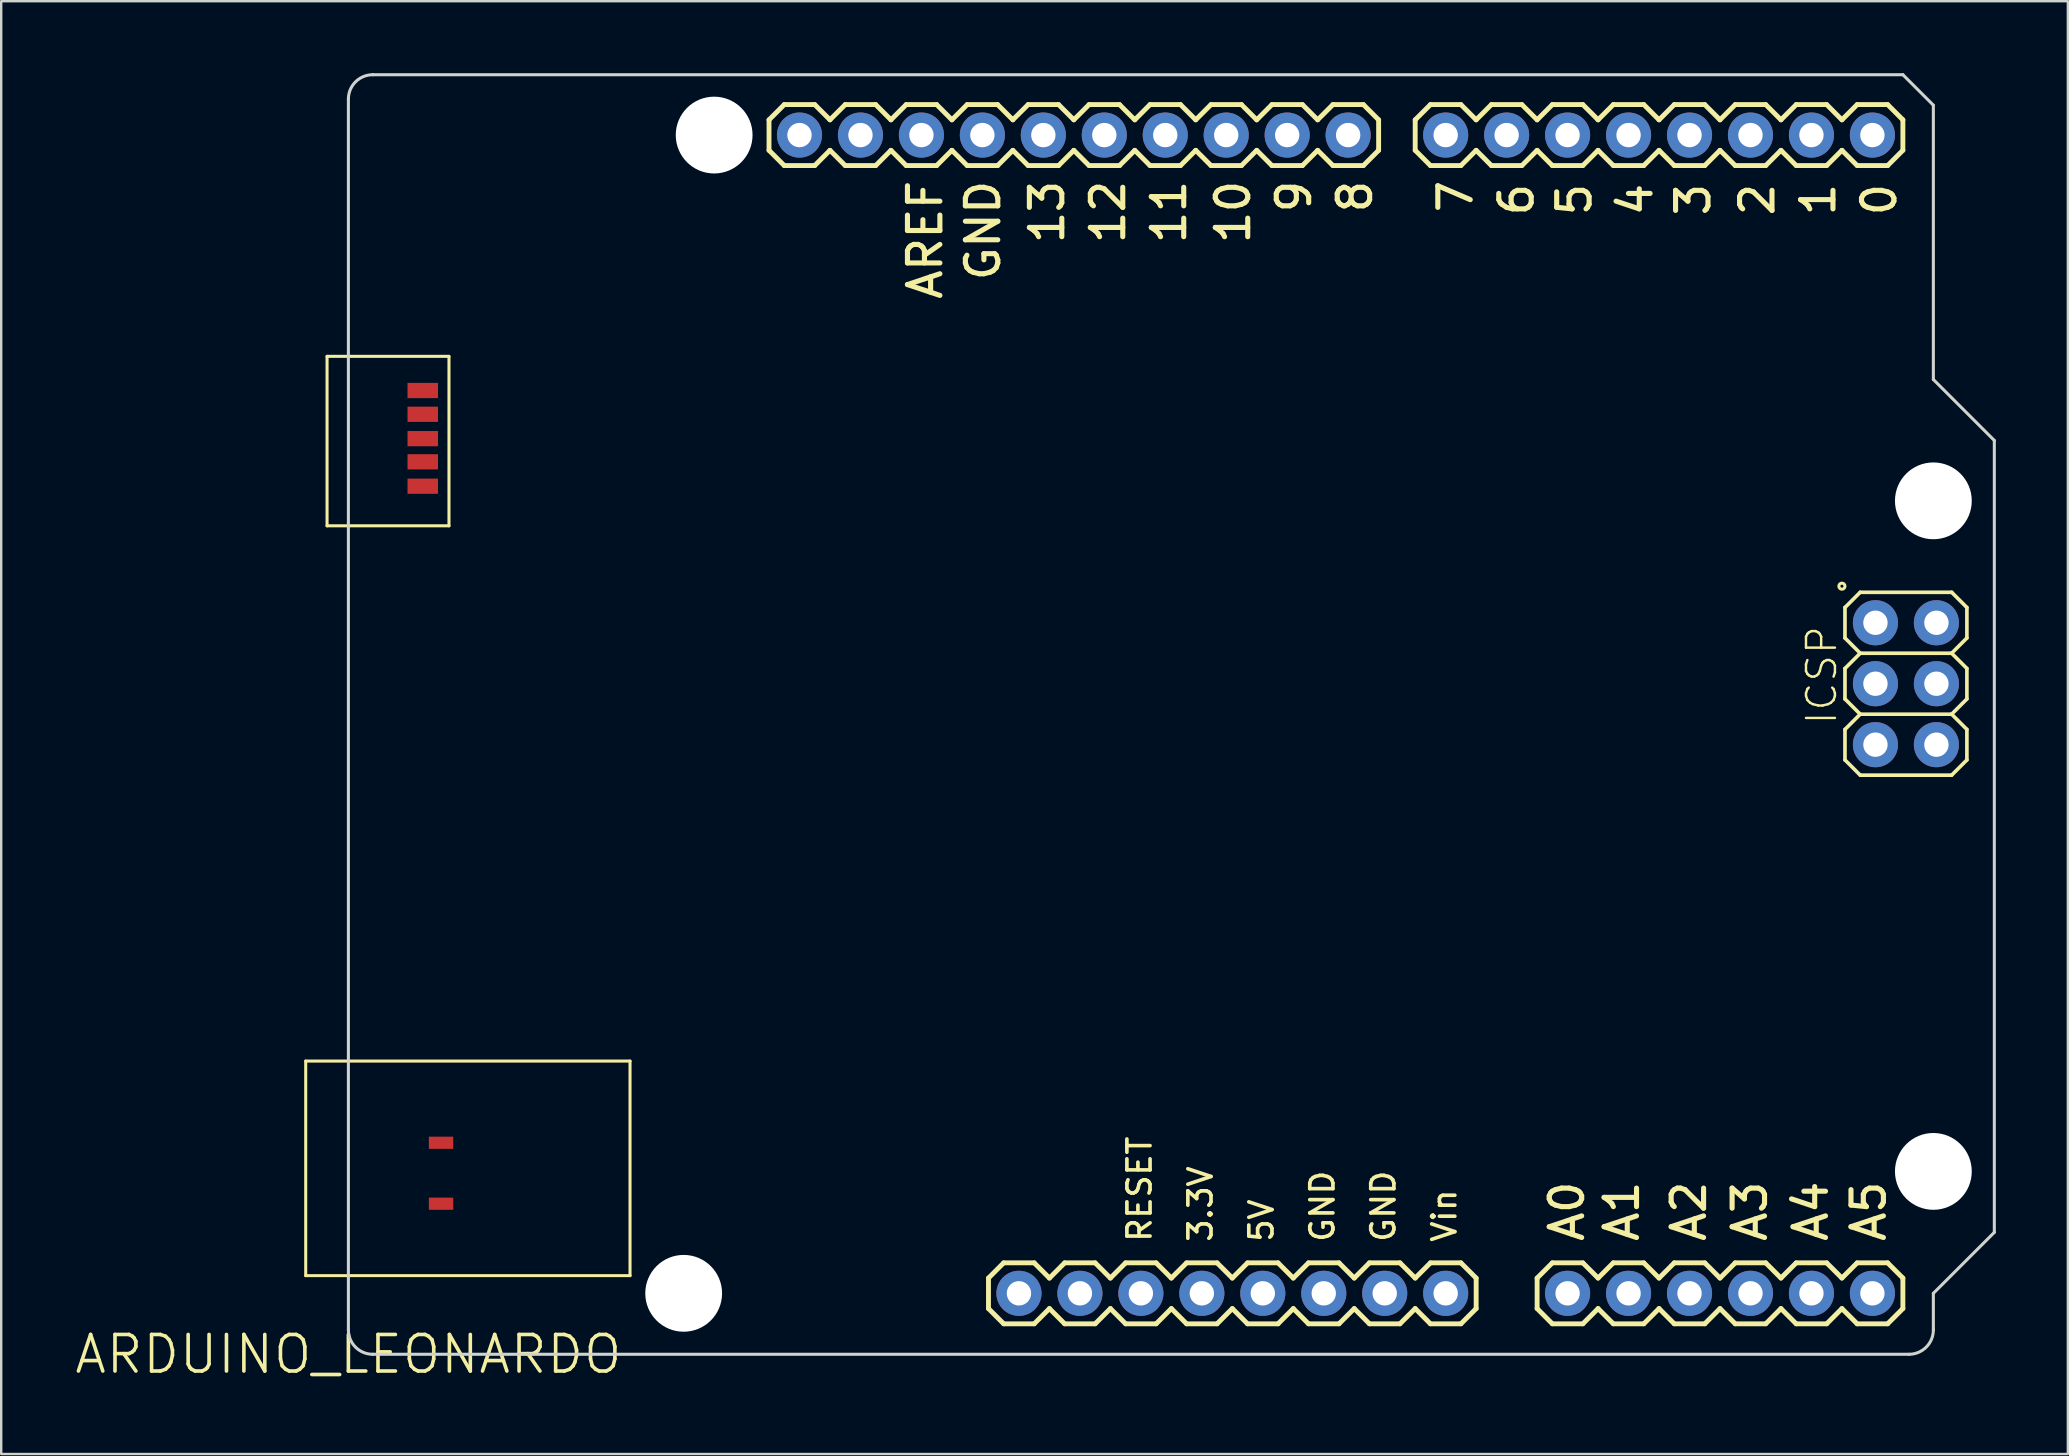
<source format=kicad_pcb>
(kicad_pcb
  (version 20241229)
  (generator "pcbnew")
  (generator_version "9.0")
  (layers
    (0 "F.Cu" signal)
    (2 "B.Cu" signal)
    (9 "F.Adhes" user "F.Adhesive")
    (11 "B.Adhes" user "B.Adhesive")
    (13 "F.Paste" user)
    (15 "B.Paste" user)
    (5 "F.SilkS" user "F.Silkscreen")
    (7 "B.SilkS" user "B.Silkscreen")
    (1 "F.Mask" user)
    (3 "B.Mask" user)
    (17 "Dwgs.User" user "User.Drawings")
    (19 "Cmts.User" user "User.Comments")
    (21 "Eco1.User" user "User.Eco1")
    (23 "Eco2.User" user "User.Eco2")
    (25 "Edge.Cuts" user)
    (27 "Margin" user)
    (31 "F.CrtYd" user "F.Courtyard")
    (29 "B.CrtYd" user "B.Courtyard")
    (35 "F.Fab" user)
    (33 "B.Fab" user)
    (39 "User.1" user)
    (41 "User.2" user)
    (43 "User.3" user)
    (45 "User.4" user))
  (footprint "ARDUINO_LEONARDO"
    (layer "F.Cu")
    (at 11.466 53.378)
    (property "Reference" "ARDUINO_LEONARDO" (at 0 0 0) (layer "F.SilkS") (effects (font (size 1.524 1.524) (thickness 0.15))))
    (attr through_hole)
    (fp_line (start -1.778 -12.217) (end -1.778 -3.277) (stroke (width 0.127) (type solid)) (layer "F.SilkS"))
    (fp_line (start -1.778 -3.277) (end 11.735 -3.277) (stroke (width 0.127) (type solid)) (layer "F.SilkS"))
    (fp_line (start -0.889 -41.58) (end -0.889 -34.519) (stroke (width 0.127) (type solid)) (layer "F.SilkS"))
    (fp_line (start -0.889 -34.519) (end 4.191 -34.519) (stroke (width 0.127) (type solid)) (layer "F.SilkS"))
    (fp_line (start 4.191 -41.58) (end -0.889 -41.58) (stroke (width 0.127) (type solid)) (layer "F.SilkS"))
    (fp_line (start 4.191 -34.519) (end 4.191 -41.58) (stroke (width 0.127) (type solid)) (layer "F.SilkS"))
    (fp_line (start 11.735 -12.217) (end -1.778 -12.217) (stroke (width 0.127) (type solid)) (layer "F.SilkS"))
    (fp_line (start 11.735 -3.277) (end 11.735 -12.217) (stroke (width 0.127) (type solid)) (layer "F.SilkS"))
    (fp_line (start 17.526 -51.435) (end 17.526 -50.165) (stroke (width 0.203) (type solid)) (layer "F.SilkS"))
    (fp_line (start 17.526 -50.165) (end 18.161 -49.53) (stroke (width 0.203) (type solid)) (layer "F.SilkS"))
    (fp_line (start 18.161 -52.07) (end 17.526 -51.435) (stroke (width 0.203) (type solid)) (layer "F.SilkS"))
    (fp_line (start 18.161 -52.07) (end 19.431 -52.07) (stroke (width 0.203) (type solid)) (layer "F.SilkS"))
    (fp_line (start 19.431 -52.07) (end 20.066 -51.435) (stroke (width 0.203) (type solid)) (layer "F.SilkS"))
    (fp_line (start 19.431 -49.53) (end 18.161 -49.53) (stroke (width 0.203) (type solid)) (layer "F.SilkS"))
    (fp_line (start 20.066 -50.165) (end 19.431 -49.53) (stroke (width 0.203) (type solid)) (layer "F.SilkS"))
    (fp_line (start 20.066 -50.165) (end 20.701 -49.53) (stroke (width 0.203) (type solid)) (layer "F.SilkS"))
    (fp_line (start 20.701 -52.07) (end 20.066 -51.435) (stroke (width 0.203) (type solid)) (layer "F.SilkS"))
    (fp_line (start 20.701 -52.07) (end 21.971 -52.07) (stroke (width 0.203) (type solid)) (layer "F.SilkS"))
    (fp_line (start 21.971 -52.07) (end 22.606 -51.435) (stroke (width 0.203) (type solid)) (layer "F.SilkS"))
    (fp_line (start 21.971 -49.53) (end 20.701 -49.53) (stroke (width 0.203) (type solid)) (layer "F.SilkS"))
    (fp_line (start 22.606 -50.165) (end 21.971 -49.53) (stroke (width 0.203) (type solid)) (layer "F.SilkS"))
    (fp_line (start 22.606 -50.165) (end 23.241 -49.53) (stroke (width 0.203) (type solid)) (layer "F.SilkS"))
    (fp_line (start 23.241 -52.07) (end 22.606 -51.435) (stroke (width 0.203) (type solid)) (layer "F.SilkS"))
    (fp_line (start 23.241 -52.07) (end 24.511 -52.07) (stroke (width 0.203) (type solid)) (layer "F.SilkS"))
    (fp_line (start 24.511 -52.07) (end 25.146 -51.435) (stroke (width 0.203) (type solid)) (layer "F.SilkS"))
    (fp_line (start 24.511 -49.53) (end 23.241 -49.53) (stroke (width 0.203) (type solid)) (layer "F.SilkS"))
    (fp_line (start 25.146 -51.435) (end 25.781 -52.07) (stroke (width 0.203) (type solid)) (layer "F.SilkS"))
    (fp_line (start 25.146 -50.165) (end 24.511 -49.53) (stroke (width 0.203) (type solid)) (layer "F.SilkS"))
    (fp_line (start 25.781 -52.07) (end 27.051 -52.07) (stroke (width 0.203) (type solid)) (layer "F.SilkS"))
    (fp_line (start 25.781 -49.53) (end 25.146 -50.165) (stroke (width 0.203) (type solid)) (layer "F.SilkS"))
    (fp_line (start 26.67 -3.175) (end 26.67 -1.905) (stroke (width 0.203) (type solid)) (layer "F.SilkS"))
    (fp_line (start 26.67 -1.905) (end 27.305 -1.27) (stroke (width 0.203) (type solid)) (layer "F.SilkS"))
    (fp_line (start 27.051 -52.07) (end 27.686 -51.435) (stroke (width 0.203) (type solid)) (layer "F.SilkS"))
    (fp_line (start 27.051 -49.53) (end 25.781 -49.53) (stroke (width 0.203) (type solid)) (layer "F.SilkS"))
    (fp_line (start 27.305 -3.81) (end 26.67 -3.175) (stroke (width 0.203) (type solid)) (layer "F.SilkS"))
    (fp_line (start 27.305 -3.81) (end 28.575 -3.81) (stroke (width 0.203) (type solid)) (layer "F.SilkS"))
    (fp_line (start 27.686 -51.435) (end 28.321 -52.07) (stroke (width 0.203) (type solid)) (layer "F.SilkS"))
    (fp_line (start 27.686 -50.165) (end 27.051 -49.53) (stroke (width 0.203) (type solid)) (layer "F.SilkS"))
    (fp_line (start 28.321 -52.07) (end 29.591 -52.07) (stroke (width 0.203) (type solid)) (layer "F.SilkS"))
    (fp_line (start 28.321 -49.53) (end 27.686 -50.165) (stroke (width 0.203) (type solid)) (layer "F.SilkS"))
    (fp_line (start 28.575 -3.81) (end 29.21 -3.175) (stroke (width 0.203) (type solid)) (layer "F.SilkS"))
    (fp_line (start 28.575 -1.27) (end 27.305 -1.27) (stroke (width 0.203) (type solid)) (layer "F.SilkS"))
    (fp_line (start 29.21 -1.905) (end 28.575 -1.27) (stroke (width 0.203) (type solid)) (layer "F.SilkS"))
    (fp_line (start 29.21 -1.905) (end 29.845 -1.27) (stroke (width 0.203) (type solid)) (layer "F.SilkS"))
    (fp_line (start 29.591 -52.07) (end 30.226 -51.435) (stroke (width 0.203) (type solid)) (layer "F.SilkS"))
    (fp_line (start 29.591 -49.53) (end 28.321 -49.53) (stroke (width 0.203) (type solid)) (layer "F.SilkS"))
    (fp_line (start 29.845 -3.81) (end 29.21 -3.175) (stroke (width 0.203) (type solid)) (layer "F.SilkS"))
    (fp_line (start 29.845 -3.81) (end 31.115 -3.81) (stroke (width 0.203) (type solid)) (layer "F.SilkS"))
    (fp_line (start 30.226 -50.165) (end 29.591 -49.53) (stroke (width 0.203) (type solid)) (layer "F.SilkS"))
    (fp_line (start 30.226 -50.165) (end 30.861 -49.53) (stroke (width 0.203) (type solid)) (layer "F.SilkS"))
    (fp_line (start 30.861 -52.07) (end 30.226 -51.435) (stroke (width 0.203) (type solid)) (layer "F.SilkS"))
    (fp_line (start 30.861 -52.07) (end 32.131 -52.07) (stroke (width 0.203) (type solid)) (layer "F.SilkS"))
    (fp_line (start 31.115 -3.81) (end 31.75 -3.175) (stroke (width 0.203) (type solid)) (layer "F.SilkS"))
    (fp_line (start 31.115 -1.27) (end 29.845 -1.27) (stroke (width 0.203) (type solid)) (layer "F.SilkS"))
    (fp_line (start 31.75 -1.905) (end 31.115 -1.27) (stroke (width 0.203) (type solid)) (layer "F.SilkS"))
    (fp_line (start 31.75 -1.905) (end 32.385 -1.27) (stroke (width 0.203) (type solid)) (layer "F.SilkS"))
    (fp_line (start 32.131 -52.07) (end 32.766 -51.435) (stroke (width 0.203) (type solid)) (layer "F.SilkS"))
    (fp_line (start 32.131 -49.53) (end 30.861 -49.53) (stroke (width 0.203) (type solid)) (layer "F.SilkS"))
    (fp_line (start 32.385 -3.81) (end 31.75 -3.175) (stroke (width 0.203) (type solid)) (layer "F.SilkS"))
    (fp_line (start 32.385 -3.81) (end 33.655 -3.81) (stroke (width 0.203) (type solid)) (layer "F.SilkS"))
    (fp_line (start 32.766 -51.435) (end 33.401 -52.07) (stroke (width 0.203) (type solid)) (layer "F.SilkS"))
    (fp_line (start 32.766 -50.165) (end 32.131 -49.53) (stroke (width 0.203) (type solid)) (layer "F.SilkS"))
    (fp_line (start 33.401 -52.07) (end 34.671 -52.07) (stroke (width 0.203) (type solid)) (layer "F.SilkS"))
    (fp_line (start 33.401 -49.53) (end 32.766 -50.165) (stroke (width 0.203) (type solid)) (layer "F.SilkS"))
    (fp_line (start 33.655 -3.81) (end 34.29 -3.175) (stroke (width 0.203) (type solid)) (layer "F.SilkS"))
    (fp_line (start 33.655 -1.27) (end 32.385 -1.27) (stroke (width 0.203) (type solid)) (layer "F.SilkS"))
    (fp_line (start 34.29 -3.175) (end 34.925 -3.81) (stroke (width 0.203) (type solid)) (layer "F.SilkS"))
    (fp_line (start 34.29 -1.905) (end 33.655 -1.27) (stroke (width 0.203) (type solid)) (layer "F.SilkS"))
    (fp_line (start 34.671 -52.07) (end 35.306 -51.435) (stroke (width 0.203) (type solid)) (layer "F.SilkS"))
    (fp_line (start 34.671 -49.53) (end 33.401 -49.53) (stroke (width 0.203) (type solid)) (layer "F.SilkS"))
    (fp_line (start 34.925 -3.81) (end 36.195 -3.81) (stroke (width 0.203) (type solid)) (layer "F.SilkS"))
    (fp_line (start 34.925 -1.27) (end 34.29 -1.905) (stroke (width 0.203) (type solid)) (layer "F.SilkS"))
    (fp_line (start 35.306 -51.435) (end 35.941 -52.07) (stroke (width 0.203) (type solid)) (layer "F.SilkS"))
    (fp_line (start 35.306 -50.165) (end 34.671 -49.53) (stroke (width 0.203) (type solid)) (layer "F.SilkS"))
    (fp_line (start 35.941 -52.07) (end 37.211 -52.07) (stroke (width 0.203) (type solid)) (layer "F.SilkS"))
    (fp_line (start 35.941 -49.53) (end 35.306 -50.165) (stroke (width 0.203) (type solid)) (layer "F.SilkS"))
    (fp_line (start 36.195 -3.81) (end 36.83 -3.175) (stroke (width 0.203) (type solid)) (layer "F.SilkS"))
    (fp_line (start 36.195 -1.27) (end 34.925 -1.27) (stroke (width 0.203) (type solid)) (layer "F.SilkS"))
    (fp_line (start 36.83 -3.175) (end 37.465 -3.81) (stroke (width 0.203) (type solid)) (layer "F.SilkS"))
    (fp_line (start 36.83 -1.905) (end 36.195 -1.27) (stroke (width 0.203) (type solid)) (layer "F.SilkS"))
    (fp_line (start 37.211 -52.07) (end 37.846 -51.435) (stroke (width 0.203) (type solid)) (layer "F.SilkS"))
    (fp_line (start 37.211 -49.53) (end 35.941 -49.53) (stroke (width 0.203) (type solid)) (layer "F.SilkS"))
    (fp_line (start 37.465 -3.81) (end 38.735 -3.81) (stroke (width 0.203) (type solid)) (layer "F.SilkS"))
    (fp_line (start 37.465 -1.27) (end 36.83 -1.905) (stroke (width 0.203) (type solid)) (layer "F.SilkS"))
    (fp_line (start 37.846 -50.165) (end 37.211 -49.53) (stroke (width 0.203) (type solid)) (layer "F.SilkS"))
    (fp_line (start 37.846 -50.165) (end 38.481 -49.53) (stroke (width 0.203) (type solid)) (layer "F.SilkS"))
    (fp_line (start 38.481 -52.07) (end 37.846 -51.435) (stroke (width 0.203) (type solid)) (layer "F.SilkS"))
    (fp_line (start 38.481 -52.07) (end 39.751 -52.07) (stroke (width 0.203) (type solid)) (layer "F.SilkS"))
    (fp_line (start 38.735 -3.81) (end 39.37 -3.175) (stroke (width 0.203) (type solid)) (layer "F.SilkS"))
    (fp_line (start 38.735 -1.27) (end 37.465 -1.27) (stroke (width 0.203) (type solid)) (layer "F.SilkS"))
    (fp_line (start 39.37 -1.905) (end 38.735 -1.27) (stroke (width 0.203) (type solid)) (layer "F.SilkS"))
    (fp_line (start 39.37 -1.905) (end 40.005 -1.27) (stroke (width 0.203) (type solid)) (layer "F.SilkS"))
    (fp_line (start 39.751 -52.07) (end 40.386 -51.435) (stroke (width 0.203) (type solid)) (layer "F.SilkS"))
    (fp_line (start 39.751 -49.53) (end 38.481 -49.53) (stroke (width 0.203) (type solid)) (layer "F.SilkS"))
    (fp_line (start 40.005 -3.81) (end 39.37 -3.175) (stroke (width 0.203) (type solid)) (layer "F.SilkS"))
    (fp_line (start 40.005 -3.81) (end 41.275 -3.81) (stroke (width 0.203) (type solid)) (layer "F.SilkS"))
    (fp_line (start 40.386 -50.165) (end 39.751 -49.53) (stroke (width 0.203) (type solid)) (layer "F.SilkS"))
    (fp_line (start 40.386 -50.165) (end 41.021 -49.53) (stroke (width 0.203) (type solid)) (layer "F.SilkS"))
    (fp_line (start 41.021 -52.07) (end 40.386 -51.435) (stroke (width 0.203) (type solid)) (layer "F.SilkS"))
    (fp_line (start 41.021 -52.07) (end 42.291 -52.07) (stroke (width 0.203) (type solid)) (layer "F.SilkS"))
    (fp_line (start 41.275 -3.81) (end 41.91 -3.175) (stroke (width 0.203) (type solid)) (layer "F.SilkS"))
    (fp_line (start 41.275 -1.27) (end 40.005 -1.27) (stroke (width 0.203) (type solid)) (layer "F.SilkS"))
    (fp_line (start 41.91 -3.175) (end 42.545 -3.81) (stroke (width 0.203) (type solid)) (layer "F.SilkS"))
    (fp_line (start 41.91 -1.905) (end 41.275 -1.27) (stroke (width 0.203) (type solid)) (layer "F.SilkS"))
    (fp_line (start 42.291 -52.07) (end 42.926 -51.435) (stroke (width 0.203) (type solid)) (layer "F.SilkS"))
    (fp_line (start 42.291 -49.53) (end 41.021 -49.53) (stroke (width 0.203) (type solid)) (layer "F.SilkS"))
    (fp_line (start 42.545 -3.81) (end 43.815 -3.81) (stroke (width 0.203) (type solid)) (layer "F.SilkS"))
    (fp_line (start 42.545 -1.27) (end 41.91 -1.905) (stroke (width 0.203) (type solid)) (layer "F.SilkS"))
    (fp_line (start 42.926 -51.435) (end 42.926 -50.165) (stroke (width 0.203) (type solid)) (layer "F.SilkS"))
    (fp_line (start 42.926 -50.165) (end 42.291 -49.53) (stroke (width 0.203) (type solid)) (layer "F.SilkS"))
    (fp_line (start 43.815 -3.81) (end 44.45 -3.175) (stroke (width 0.203) (type solid)) (layer "F.SilkS"))
    (fp_line (start 43.815 -1.27) (end 42.545 -1.27) (stroke (width 0.203) (type solid)) (layer "F.SilkS"))
    (fp_line (start 44.45 -51.435) (end 44.45 -50.165) (stroke (width 0.203) (type solid)) (layer "F.SilkS"))
    (fp_line (start 44.45 -50.165) (end 45.085 -49.53) (stroke (width 0.203) (type solid)) (layer "F.SilkS"))
    (fp_line (start 44.45 -3.175) (end 45.085 -3.81) (stroke (width 0.203) (type solid)) (layer "F.SilkS"))
    (fp_line (start 44.45 -1.905) (end 43.815 -1.27) (stroke (width 0.203) (type solid)) (layer "F.SilkS"))
    (fp_line (start 45.085 -52.07) (end 44.45 -51.435) (stroke (width 0.203) (type solid)) (layer "F.SilkS"))
    (fp_line (start 45.085 -52.07) (end 46.355 -52.07) (stroke (width 0.203) (type solid)) (layer "F.SilkS"))
    (fp_line (start 45.085 -3.81) (end 46.355 -3.81) (stroke (width 0.203) (type solid)) (layer "F.SilkS"))
    (fp_line (start 45.085 -1.27) (end 44.45 -1.905) (stroke (width 0.203) (type solid)) (layer "F.SilkS"))
    (fp_line (start 46.355 -52.07) (end 46.99 -51.435) (stroke (width 0.203) (type solid)) (layer "F.SilkS"))
    (fp_line (start 46.355 -49.53) (end 45.085 -49.53) (stroke (width 0.203) (type solid)) (layer "F.SilkS"))
    (fp_line (start 46.355 -3.81) (end 46.99 -3.175) (stroke (width 0.203) (type solid)) (layer "F.SilkS"))
    (fp_line (start 46.355 -1.27) (end 45.085 -1.27) (stroke (width 0.203) (type solid)) (layer "F.SilkS"))
    (fp_line (start 46.99 -51.435) (end 47.625 -52.07) (stroke (width 0.203) (type solid)) (layer "F.SilkS"))
    (fp_line (start 46.99 -50.165) (end 46.355 -49.53) (stroke (width 0.203) (type solid)) (layer "F.SilkS"))
    (fp_line (start 46.99 -3.175) (end 46.99 -1.905) (stroke (width 0.203) (type solid)) (layer "F.SilkS"))
    (fp_line (start 46.99 -1.905) (end 46.355 -1.27) (stroke (width 0.203) (type solid)) (layer "F.SilkS"))
    (fp_line (start 47.625 -52.07) (end 48.895 -52.07) (stroke (width 0.203) (type solid)) (layer "F.SilkS"))
    (fp_line (start 47.625 -49.53) (end 46.99 -50.165) (stroke (width 0.203) (type solid)) (layer "F.SilkS"))
    (fp_line (start 48.895 -52.07) (end 49.53 -51.435) (stroke (width 0.203) (type solid)) (layer "F.SilkS"))
    (fp_line (start 48.895 -49.53) (end 47.625 -49.53) (stroke (width 0.203) (type solid)) (layer "F.SilkS"))
    (fp_line (start 49.53 -51.435) (end 50.165 -52.07) (stroke (width 0.203) (type solid)) (layer "F.SilkS"))
    (fp_line (start 49.53 -50.165) (end 48.895 -49.53) (stroke (width 0.203) (type solid)) (layer "F.SilkS"))
    (fp_line (start 49.53 -3.175) (end 49.53 -1.905) (stroke (width 0.203) (type solid)) (layer "F.SilkS"))
    (fp_line (start 49.53 -1.905) (end 50.165 -1.27) (stroke (width 0.203) (type solid)) (layer "F.SilkS"))
    (fp_line (start 50.165 -52.07) (end 51.435 -52.07) (stroke (width 0.203) (type solid)) (layer "F.SilkS"))
    (fp_line (start 50.165 -49.53) (end 49.53 -50.165) (stroke (width 0.203) (type solid)) (layer "F.SilkS"))
    (fp_line (start 50.165 -3.81) (end 49.53 -3.175) (stroke (width 0.203) (type solid)) (layer "F.SilkS"))
    (fp_line (start 50.165 -3.81) (end 51.435 -3.81) (stroke (width 0.203) (type solid)) (layer "F.SilkS"))
    (fp_line (start 51.435 -52.07) (end 52.07 -51.435) (stroke (width 0.203) (type solid)) (layer "F.SilkS"))
    (fp_line (start 51.435 -49.53) (end 50.165 -49.53) (stroke (width 0.203) (type solid)) (layer "F.SilkS"))
    (fp_line (start 51.435 -3.81) (end 52.07 -3.175) (stroke (width 0.203) (type solid)) (layer "F.SilkS"))
    (fp_line (start 51.435 -1.27) (end 50.165 -1.27) (stroke (width 0.203) (type solid)) (layer "F.SilkS"))
    (fp_line (start 52.07 -50.165) (end 51.435 -49.53) (stroke (width 0.203) (type solid)) (layer "F.SilkS"))
    (fp_line (start 52.07 -50.165) (end 52.705 -49.53) (stroke (width 0.203) (type solid)) (layer "F.SilkS"))
    (fp_line (start 52.07 -3.175) (end 52.705 -3.81) (stroke (width 0.203) (type solid)) (layer "F.SilkS"))
    (fp_line (start 52.07 -1.905) (end 51.435 -1.27) (stroke (width 0.203) (type solid)) (layer "F.SilkS"))
    (fp_line (start 52.705 -52.07) (end 52.07 -51.435) (stroke (width 0.203) (type solid)) (layer "F.SilkS"))
    (fp_line (start 52.705 -52.07) (end 53.975 -52.07) (stroke (width 0.203) (type solid)) (layer "F.SilkS"))
    (fp_line (start 52.705 -3.81) (end 53.975 -3.81) (stroke (width 0.203) (type solid)) (layer "F.SilkS"))
    (fp_line (start 52.705 -1.27) (end 52.07 -1.905) (stroke (width 0.203) (type solid)) (layer "F.SilkS"))
    (fp_line (start 53.975 -52.07) (end 54.61 -51.435) (stroke (width 0.203) (type solid)) (layer "F.SilkS"))
    (fp_line (start 53.975 -49.53) (end 52.705 -49.53) (stroke (width 0.203) (type solid)) (layer "F.SilkS"))
    (fp_line (start 53.975 -3.81) (end 54.61 -3.175) (stroke (width 0.203) (type solid)) (layer "F.SilkS"))
    (fp_line (start 53.975 -1.27) (end 52.705 -1.27) (stroke (width 0.203) (type solid)) (layer "F.SilkS"))
    (fp_line (start 54.61 -51.435) (end 55.245 -52.07) (stroke (width 0.203) (type solid)) (layer "F.SilkS"))
    (fp_line (start 54.61 -50.165) (end 53.975 -49.53) (stroke (width 0.203) (type solid)) (layer "F.SilkS"))
    (fp_line (start 54.61 -3.175) (end 55.245 -3.81) (stroke (width 0.203) (type solid)) (layer "F.SilkS"))
    (fp_line (start 54.61 -1.905) (end 53.975 -1.27) (stroke (width 0.203) (type solid)) (layer "F.SilkS"))
    (fp_line (start 55.245 -52.07) (end 56.515 -52.07) (stroke (width 0.203) (type solid)) (layer "F.SilkS"))
    (fp_line (start 55.245 -49.53) (end 54.61 -50.165) (stroke (width 0.203) (type solid)) (layer "F.SilkS"))
    (fp_line (start 55.245 -3.81) (end 56.515 -3.81) (stroke (width 0.203) (type solid)) (layer "F.SilkS"))
    (fp_line (start 55.245 -1.27) (end 54.61 -1.905) (stroke (width 0.203) (type solid)) (layer "F.SilkS"))
    (fp_line (start 56.515 -52.07) (end 57.15 -51.435) (stroke (width 0.203) (type solid)) (layer "F.SilkS"))
    (fp_line (start 56.515 -49.53) (end 55.245 -49.53) (stroke (width 0.203) (type solid)) (layer "F.SilkS"))
    (fp_line (start 56.515 -3.81) (end 57.15 -3.175) (stroke (width 0.203) (type solid)) (layer "F.SilkS"))
    (fp_line (start 56.515 -1.27) (end 55.245 -1.27) (stroke (width 0.203) (type solid)) (layer "F.SilkS"))
    (fp_line (start 57.15 -51.435) (end 57.785 -52.07) (stroke (width 0.203) (type solid)) (layer "F.SilkS"))
    (fp_line (start 57.15 -50.165) (end 56.515 -49.53) (stroke (width 0.203) (type solid)) (layer "F.SilkS"))
    (fp_line (start 57.15 -1.905) (end 56.515 -1.27) (stroke (width 0.203) (type solid)) (layer "F.SilkS"))
    (fp_line (start 57.15 -1.905) (end 57.785 -1.27) (stroke (width 0.203) (type solid)) (layer "F.SilkS"))
    (fp_line (start 57.785 -52.07) (end 59.055 -52.07) (stroke (width 0.203) (type solid)) (layer "F.SilkS"))
    (fp_line (start 57.785 -49.53) (end 57.15 -50.165) (stroke (width 0.203) (type solid)) (layer "F.SilkS"))
    (fp_line (start 57.785 -3.81) (end 57.15 -3.175) (stroke (width 0.203) (type solid)) (layer "F.SilkS"))
    (fp_line (start 57.785 -3.81) (end 59.055 -3.81) (stroke (width 0.203) (type solid)) (layer "F.SilkS"))
    (fp_line (start 59.055 -52.07) (end 59.69 -51.435) (stroke (width 0.203) (type solid)) (layer "F.SilkS"))
    (fp_line (start 59.055 -49.53) (end 57.785 -49.53) (stroke (width 0.203) (type solid)) (layer "F.SilkS"))
    (fp_line (start 59.055 -3.81) (end 59.69 -3.175) (stroke (width 0.203) (type solid)) (layer "F.SilkS"))
    (fp_line (start 59.055 -1.27) (end 57.785 -1.27) (stroke (width 0.203) (type solid)) (layer "F.SilkS"))
    (fp_line (start 59.69 -50.165) (end 59.055 -49.53) (stroke (width 0.203) (type solid)) (layer "F.SilkS"))
    (fp_line (start 59.69 -50.165) (end 60.325 -49.53) (stroke (width 0.203) (type solid)) (layer "F.SilkS"))
    (fp_line (start 59.69 -3.175) (end 60.325 -3.81) (stroke (width 0.203) (type solid)) (layer "F.SilkS"))
    (fp_line (start 59.69 -1.905) (end 59.055 -1.27) (stroke (width 0.203) (type solid)) (layer "F.SilkS"))
    (fp_line (start 60.325 -52.07) (end 59.69 -51.435) (stroke (width 0.203) (type solid)) (layer "F.SilkS"))
    (fp_line (start 60.325 -52.07) (end 61.595 -52.07) (stroke (width 0.203) (type solid)) (layer "F.SilkS"))
    (fp_line (start 60.325 -3.81) (end 61.595 -3.81) (stroke (width 0.203) (type solid)) (layer "F.SilkS"))
    (fp_line (start 60.325 -1.27) (end 59.69 -1.905) (stroke (width 0.203) (type solid)) (layer "F.SilkS"))
    (fp_line (start 61.595 -52.07) (end 62.23 -51.435) (stroke (width 0.203) (type solid)) (layer "F.SilkS"))
    (fp_line (start 61.595 -49.53) (end 60.325 -49.53) (stroke (width 0.203) (type solid)) (layer "F.SilkS"))
    (fp_line (start 61.595 -3.81) (end 62.23 -3.175) (stroke (width 0.203) (type solid)) (layer "F.SilkS"))
    (fp_line (start 61.595 -1.27) (end 60.325 -1.27) (stroke (width 0.203) (type solid)) (layer "F.SilkS"))
    (fp_line (start 62.23 -50.165) (end 61.595 -49.53) (stroke (width 0.203) (type solid)) (layer "F.SilkS"))
    (fp_line (start 62.23 -50.165) (end 62.865 -49.53) (stroke (width 0.203) (type solid)) (layer "F.SilkS"))
    (fp_line (start 62.23 -3.175) (end 62.865 -3.81) (stroke (width 0.203) (type solid)) (layer "F.SilkS"))
    (fp_line (start 62.23 -1.905) (end 61.595 -1.27) (stroke (width 0.203) (type solid)) (layer "F.SilkS"))
    (fp_line (start 62.357 -31.115) (end 62.992 -31.75) (stroke (width 0.152) (type solid)) (layer "F.SilkS"))
    (fp_line (start 62.357 -29.845) (end 62.357 -31.115) (stroke (width 0.152) (type solid)) (layer "F.SilkS"))
    (fp_line (start 62.357 -28.575) (end 62.992 -29.21) (stroke (width 0.152) (type solid)) (layer "F.SilkS"))
    (fp_line (start 62.357 -27.305) (end 62.357 -28.575) (stroke (width 0.152) (type solid)) (layer "F.SilkS"))
    (fp_line (start 62.357 -26.035) (end 62.992 -26.67) (stroke (width 0.152) (type solid)) (layer "F.SilkS"))
    (fp_line (start 62.357 -24.765) (end 62.357 -26.035) (stroke (width 0.152) (type solid)) (layer "F.SilkS"))
    (fp_line (start 62.865 -52.07) (end 62.23 -51.435) (stroke (width 0.203) (type solid)) (layer "F.SilkS"))
    (fp_line (start 62.865 -52.07) (end 64.135 -52.07) (stroke (width 0.203) (type solid)) (layer "F.SilkS"))
    (fp_line (start 62.865 -3.81) (end 64.135 -3.81) (stroke (width 0.203) (type solid)) (layer "F.SilkS"))
    (fp_line (start 62.865 -1.27) (end 62.23 -1.905) (stroke (width 0.203) (type solid)) (layer "F.SilkS"))
    (fp_line (start 62.992 -31.75) (end 66.802 -31.75) (stroke (width 0.152) (type solid)) (layer "F.SilkS"))
    (fp_line (start 62.992 -29.21) (end 62.357 -29.845) (stroke (width 0.152) (type solid)) (layer "F.SilkS"))
    (fp_line (start 62.992 -29.21) (end 66.802 -29.21) (stroke (width 0.152) (type solid)) (layer "F.SilkS"))
    (fp_line (start 62.992 -26.67) (end 62.357 -27.305) (stroke (width 0.152) (type solid)) (layer "F.SilkS"))
    (fp_line (start 62.992 -26.67) (end 66.802 -26.67) (stroke (width 0.152) (type solid)) (layer "F.SilkS"))
    (fp_line (start 62.992 -24.13) (end 62.357 -24.765) (stroke (width 0.152) (type solid)) (layer "F.SilkS"))
    (fp_line (start 62.992 -24.13) (end 66.802 -24.13) (stroke (width 0.152) (type solid)) (layer "F.SilkS"))
    (fp_line (start 64.135 -52.07) (end 64.77 -51.435) (stroke (width 0.203) (type solid)) (layer "F.SilkS"))
    (fp_line (start 64.135 -49.53) (end 62.865 -49.53) (stroke (width 0.203) (type solid)) (layer "F.SilkS"))
    (fp_line (start 64.135 -3.81) (end 64.77 -3.175) (stroke (width 0.203) (type solid)) (layer "F.SilkS"))
    (fp_line (start 64.135 -1.27) (end 62.865 -1.27) (stroke (width 0.203) (type solid)) (layer "F.SilkS"))
    (fp_line (start 64.77 -51.435) (end 64.77 -50.165) (stroke (width 0.203) (type solid)) (layer "F.SilkS"))
    (fp_line (start 64.77 -50.165) (end 64.135 -49.53) (stroke (width 0.203) (type solid)) (layer "F.SilkS"))
    (fp_line (start 64.77 -3.175) (end 64.77 -1.905) (stroke (width 0.203) (type solid)) (layer "F.SilkS"))
    (fp_line (start 64.77 -1.905) (end 64.135 -1.27) (stroke (width 0.203) (type solid)) (layer "F.SilkS"))
    (fp_line (start 66.802 -29.21) (end 67.437 -29.845) (stroke (width 0.152) (type solid)) (layer "F.SilkS"))
    (fp_line (start 66.802 -26.67) (end 67.437 -27.305) (stroke (width 0.152) (type solid)) (layer "F.SilkS"))
    (fp_line (start 66.802 -24.13) (end 67.437 -24.765) (stroke (width 0.152) (type solid)) (layer "F.SilkS"))
    (fp_line (start 67.437 -31.115) (end 66.802 -31.75) (stroke (width 0.152) (type solid)) (layer "F.SilkS"))
    (fp_line (start 67.437 -29.845) (end 67.437 -31.115) (stroke (width 0.152) (type solid)) (layer "F.SilkS"))
    (fp_line (start 67.437 -28.575) (end 66.802 -29.21) (stroke (width 0.152) (type solid)) (layer "F.SilkS"))
    (fp_line (start 67.437 -27.305) (end 67.437 -28.575) (stroke (width 0.152) (type solid)) (layer "F.SilkS"))
    (fp_line (start 67.437 -26.035) (end 66.802 -26.67) (stroke (width 0.152) (type solid)) (layer "F.SilkS"))
    (fp_line (start 67.437 -24.765) (end 67.437 -26.035) (stroke (width 0.152) (type solid)) (layer "F.SilkS"))
    (fp_circle (center 62.23 -32.004) (end 62.357 -32.004) (stroke (width 0.127) (type solid)) (fill no) (layer "F.SilkS"))
    (fp_poly (pts (xy 18.542 -50.546) (xy 19.05 -50.546) (xy 19.05 -51.054) (xy 18.542 -51.054)) (stroke (width 0.1) (type solid)) (fill no) (layer "Dwgs.User"))
    (fp_poly (pts (xy 21.082 -50.546) (xy 21.59 -50.546) (xy 21.59 -51.054) (xy 21.082 -51.054)) (stroke (width 0.1) (type solid)) (fill no) (layer "Dwgs.User"))
    (fp_poly (pts (xy 23.622 -50.546) (xy 24.13 -50.546) (xy 24.13 -51.054) (xy 23.622 -51.054)) (stroke (width 0.1) (type solid)) (fill no) (layer "Dwgs.User"))
    (fp_poly (pts (xy 26.162 -50.546) (xy 26.67 -50.546) (xy 26.67 -51.054) (xy 26.162 -51.054)) (stroke (width 0.1) (type solid)) (fill no) (layer "Dwgs.User"))
    (fp_poly (pts (xy 27.686 -2.286) (xy 28.194 -2.286) (xy 28.194 -2.794) (xy 27.686 -2.794)) (stroke (width 0.1) (type solid)) (fill no) (layer "Dwgs.User"))
    (fp_poly (pts (xy 28.702 -50.546) (xy 29.21 -50.546) (xy 29.21 -51.054) (xy 28.702 -51.054)) (stroke (width 0.1) (type solid)) (fill no) (layer "Dwgs.User"))
    (fp_poly (pts (xy 30.226 -2.286) (xy 30.734 -2.286) (xy 30.734 -2.794) (xy 30.226 -2.794)) (stroke (width 0.1) (type solid)) (fill no) (layer "Dwgs.User"))
    (fp_poly (pts (xy 31.242 -50.546) (xy 31.75 -50.546) (xy 31.75 -51.054) (xy 31.242 -51.054)) (stroke (width 0.1) (type solid)) (fill no) (layer "Dwgs.User"))
    (fp_poly (pts (xy 32.766 -2.286) (xy 33.274 -2.286) (xy 33.274 -2.794) (xy 32.766 -2.794)) (stroke (width 0.1) (type solid)) (fill no) (layer "Dwgs.User"))
    (fp_poly (pts (xy 33.782 -50.546) (xy 34.29 -50.546) (xy 34.29 -51.054) (xy 33.782 -51.054)) (stroke (width 0.1) (type solid)) (fill no) (layer "Dwgs.User"))
    (fp_poly (pts (xy 35.306 -2.286) (xy 35.814 -2.286) (xy 35.814 -2.794) (xy 35.306 -2.794)) (stroke (width 0.1) (type solid)) (fill no) (layer "Dwgs.User"))
    (fp_poly (pts (xy 36.322 -50.546) (xy 36.83 -50.546) (xy 36.83 -51.054) (xy 36.322 -51.054)) (stroke (width 0.1) (type solid)) (fill no) (layer "Dwgs.User"))
    (fp_poly (pts (xy 37.846 -2.286) (xy 38.354 -2.286) (xy 38.354 -2.794) (xy 37.846 -2.794)) (stroke (width 0.1) (type solid)) (fill no) (layer "Dwgs.User"))
    (fp_poly (pts (xy 38.862 -50.546) (xy 39.37 -50.546) (xy 39.37 -51.054) (xy 38.862 -51.054)) (stroke (width 0.1) (type solid)) (fill no) (layer "Dwgs.User"))
    (fp_poly (pts (xy 40.386 -2.286) (xy 40.894 -2.286) (xy 40.894 -2.794) (xy 40.386 -2.794)) (stroke (width 0.1) (type solid)) (fill no) (layer "Dwgs.User"))
    (fp_poly (pts (xy 41.402 -50.546) (xy 41.91 -50.546) (xy 41.91 -51.054) (xy 41.402 -51.054)) (stroke (width 0.1) (type solid)) (fill no) (layer "Dwgs.User"))
    (fp_poly (pts (xy 42.926 -2.286) (xy 43.434 -2.286) (xy 43.434 -2.794) (xy 42.926 -2.794)) (stroke (width 0.1) (type solid)) (fill no) (layer "Dwgs.User"))
    (fp_poly (pts (xy 45.466 -50.546) (xy 45.974 -50.546) (xy 45.974 -51.054) (xy 45.466 -51.054)) (stroke (width 0.1) (type solid)) (fill no) (layer "Dwgs.User"))
    (fp_poly (pts (xy 45.466 -2.286) (xy 45.974 -2.286) (xy 45.974 -2.794) (xy 45.466 -2.794)) (stroke (width 0.1) (type solid)) (fill no) (layer "Dwgs.User"))
    (fp_poly (pts (xy 48.006 -50.546) (xy 48.514 -50.546) (xy 48.514 -51.054) (xy 48.006 -51.054)) (stroke (width 0.1) (type solid)) (fill no) (layer "Dwgs.User"))
    (fp_poly (pts (xy 50.546 -50.546) (xy 51.054 -50.546) (xy 51.054 -51.054) (xy 50.546 -51.054)) (stroke (width 0.1) (type solid)) (fill no) (layer "Dwgs.User"))
    (fp_poly (pts (xy 50.546 -2.286) (xy 51.054 -2.286) (xy 51.054 -2.794) (xy 50.546 -2.794)) (stroke (width 0.1) (type solid)) (fill no) (layer "Dwgs.User"))
    (fp_poly (pts (xy 53.086 -50.546) (xy 53.594 -50.546) (xy 53.594 -51.054) (xy 53.086 -51.054)) (stroke (width 0.1) (type solid)) (fill no) (layer "Dwgs.User"))
    (fp_poly (pts (xy 53.086 -2.286) (xy 53.594 -2.286) (xy 53.594 -2.794) (xy 53.086 -2.794)) (stroke (width 0.1) (type solid)) (fill no) (layer "Dwgs.User"))
    (fp_poly (pts (xy 55.626 -50.546) (xy 56.134 -50.546) (xy 56.134 -51.054) (xy 55.626 -51.054)) (stroke (width 0.1) (type solid)) (fill no) (layer "Dwgs.User"))
    (fp_poly (pts (xy 55.626 -2.286) (xy 56.134 -2.286) (xy 56.134 -2.794) (xy 55.626 -2.794)) (stroke (width 0.1) (type solid)) (fill no) (layer "Dwgs.User"))
    (fp_poly (pts (xy 58.166 -50.546) (xy 58.674 -50.546) (xy 58.674 -51.054) (xy 58.166 -51.054)) (stroke (width 0.1) (type solid)) (fill no) (layer "Dwgs.User"))
    (fp_poly (pts (xy 58.166 -2.286) (xy 58.674 -2.286) (xy 58.674 -2.794) (xy 58.166 -2.794)) (stroke (width 0.1) (type solid)) (fill no) (layer "Dwgs.User"))
    (fp_poly (pts (xy 60.706 -50.546) (xy 61.214 -50.546) (xy 61.214 -51.054) (xy 60.706 -51.054)) (stroke (width 0.1) (type solid)) (fill no) (layer "Dwgs.User"))
    (fp_poly (pts (xy 60.706 -2.286) (xy 61.214 -2.286) (xy 61.214 -2.794) (xy 60.706 -2.794)) (stroke (width 0.1) (type solid)) (fill no) (layer "Dwgs.User"))
    (fp_poly (pts (xy 63.246 -50.546) (xy 63.754 -50.546) (xy 63.754 -51.054) (xy 63.246 -51.054)) (stroke (width 0.1) (type solid)) (fill no) (layer "Dwgs.User"))
    (fp_poly (pts (xy 63.246 -2.286) (xy 63.754 -2.286) (xy 63.754 -2.794) (xy 63.246 -2.794)) (stroke (width 0.1) (type solid)) (fill no) (layer "Dwgs.User"))
    (fp_poly (pts (xy 63.373 -30.226) (xy 63.881 -30.226) (xy 63.881 -30.734) (xy 63.373 -30.734)) (stroke (width 0.1) (type solid)) (fill no) (layer "Dwgs.User"))
    (fp_poly (pts (xy 63.373 -27.686) (xy 63.881 -27.686) (xy 63.881 -28.194) (xy 63.373 -28.194)) (stroke (width 0.1) (type solid)) (fill no) (layer "Dwgs.User"))
    (fp_poly (pts (xy 63.373 -25.146) (xy 63.881 -25.146) (xy 63.881 -25.654) (xy 63.373 -25.654)) (stroke (width 0.1) (type solid)) (fill no) (layer "Dwgs.User"))
    (fp_poly (pts (xy 65.913 -30.226) (xy 66.421 -30.226) (xy 66.421 -30.734) (xy 65.913 -30.734)) (stroke (width 0.1) (type solid)) (fill no) (layer "Dwgs.User"))
    (fp_poly (pts (xy 65.913 -27.686) (xy 66.421 -27.686) (xy 66.421 -28.194) (xy 65.913 -28.194)) (stroke (width 0.1) (type solid)) (fill no) (layer "Dwgs.User"))
    (fp_poly (pts (xy 65.913 -25.146) (xy 66.421 -25.146) (xy 66.421 -25.654) (xy 65.913 -25.654)) (stroke (width 0.1) (type solid)) (fill no) (layer "Dwgs.User"))
    (fp_line (start 0 -1.016) (end 0 -52.299) (stroke (width 0.127) (type solid)) (layer "Edge.Cuts"))
    (fp_line (start 1.016 -53.315) (end 64.77 -53.315) (stroke (width 0.127) (type solid)) (layer "Edge.Cuts"))
    (fp_line (start 64.77 -53.315) (end 66.04 -52.045) (stroke (width 0.127) (type solid)) (layer "Edge.Cuts"))
    (fp_line (start 65.024 0) (end 1.016 0) (stroke (width 0.127) (type solid)) (layer "Edge.Cuts"))
    (fp_line (start 66.04 -52.045) (end 66.04 -40.615) (stroke (width 0.127) (type solid)) (layer "Edge.Cuts"))
    (fp_line (start 66.04 -40.615) (end 68.58 -38.075) (stroke (width 0.127) (type solid)) (layer "Edge.Cuts"))
    (fp_line (start 66.04 -2.54) (end 66.04 -1.016) (stroke (width 0.127) (type solid)) (layer "Edge.Cuts"))
    (fp_line (start 68.58 -38.075) (end 68.58 -5.08) (stroke (width 0.127) (type solid)) (layer "Edge.Cuts"))
    (fp_line (start 68.58 -5.08) (end 66.04 -2.54) (stroke (width 0.127) (type solid)) (layer "Edge.Cuts"))
    (fp_arc (start 0 -52.2986) (mid 0.29758 -53.01702) (end 1.016 -53.3146) (stroke (width 0.127) (type solid)) (layer "Edge.Cuts"))
    (fp_arc (start 1.016 0) (mid 0.29758 -0.29758) (end 0 -1.016) (stroke (width 0.127) (type solid)) (layer "Edge.Cuts"))
    (fp_arc (start 66.04 -1.016) (mid 65.74242 -0.29758) (end 65.024 0) (stroke (width 0.127) (type solid)) (layer "Edge.Cuts"))
    (fp_text user "6" (at 47.879 -48.895 90) (layer "F.SilkS") (effects (font (size 1.351 1.351) (thickness 0.213)) (justify right top)))
    (fp_text user "AREF" (at 23.241 -49.022 90) (layer "F.SilkS") (effects (font (size 1.351 1.351) (thickness 0.213)) (justify right top)))
    (fp_text user "2" (at 57.912 -48.895 90) (layer "F.SilkS") (effects (font (size 1.351 1.351) (thickness 0.213)) (justify right top)))
    (fp_text user "GND" (at 43.688 -4.597 90) (layer "F.SilkS") (effects (font (size 0.965 0.965) (thickness 0.152)) (justify left bottom)))
    (fp_text user "A5" (at 64.135 -4.597 90) (layer "F.SilkS") (effects (font (size 1.351 1.351) (thickness 0.213)) (justify left bottom)))
    (fp_text user "3.3V" (at 36.068 -4.597 90) (layer "F.SilkS") (effects (font (size 0.965 0.965) (thickness 0.152)) (justify left bottom)))
    (fp_text user "5V" (at 38.608 -4.597 90) (layer "F.SilkS") (effects (font (size 0.965 0.965) (thickness 0.152)) (justify left bottom)))
    (fp_text user "8" (at 41.148 -49.022 90) (layer "F.SilkS") (effects (font (size 1.351 1.351) (thickness 0.213)) (justify right top)))
    (fp_text user "A0" (at 51.562 -4.597 90) (layer "F.SilkS") (effects (font (size 1.351 1.351) (thickness 0.213)) (justify left bottom)))
    (fp_text user "5" (at 50.292 -48.895 90) (layer "F.SilkS") (effects (font (size 1.351 1.351) (thickness 0.213)) (justify right top)))
    (fp_text user "A2" (at 56.642 -4.597 90) (layer "F.SilkS") (effects (font (size 1.351 1.351) (thickness 0.213)) (justify left bottom)))
    (fp_text user "Vin" (at 46.228 -4.597 90) (layer "F.SilkS") (effects (font (size 0.965 0.965) (thickness 0.152)) (justify left bottom)))
    (fp_text user "1" (at 60.452 -48.895 90) (layer "F.SilkS") (effects (font (size 1.351 1.351) (thickness 0.213)) (justify right top)))
    (fp_text user "GND" (at 41.148 -4.597 90) (layer "F.SilkS") (effects (font (size 0.965 0.965) (thickness 0.152)) (justify left bottom)))
    (fp_text user "0" (at 62.992 -48.895 90) (layer "F.SilkS") (effects (font (size 1.351 1.351) (thickness 0.213)) (justify right top)))
    (fp_text user "4" (at 52.832 -48.895 90) (layer "F.SilkS") (effects (font (size 1.351 1.351) (thickness 0.213)) (justify right top)))
    (fp_text user "7" (at 45.339 -49.022 90) (layer "F.SilkS") (effects (font (size 1.351 1.351) (thickness 0.213)) (justify right top)))
    (fp_text user "A4" (at 61.722 -4.597 90) (layer "F.SilkS") (effects (font (size 1.351 1.351) (thickness 0.213)) (justify left bottom)))
    (fp_text user "3" (at 55.245 -48.895 90) (layer "F.SilkS") (effects (font (size 1.351 1.351) (thickness 0.213)) (justify right top)))
    (fp_text user "A1" (at 53.848 -4.597 90) (layer "F.SilkS") (effects (font (size 1.351 1.351) (thickness 0.213)) (justify left bottom)))
    (fp_text user "RESET" (at 33.528 -4.597 90) (layer "F.SilkS") (effects (font (size 0.965 0.965) (thickness 0.152)) (justify left bottom)))
    (fp_text user "13" (at 28.321 -49.022 90) (layer "F.SilkS") (effects (font (size 1.351 1.351) (thickness 0.213)) (justify right top)))
    (fp_text user "GND" (at 25.654 -49.022 90) (layer "F.SilkS") (effects (font (size 1.351 1.351) (thickness 0.213)) (justify right top)))
    (fp_text user "12" (at 30.861 -49.022 90) (layer "F.SilkS") (effects (font (size 1.351 1.351) (thickness 0.213)) (justify right top)))
    (fp_text user "10" (at 36.068 -49.022 90) (layer "F.SilkS") (effects (font (size 1.351 1.351) (thickness 0.213)) (justify right top)))
    (fp_text user "A3" (at 59.182 -4.597 90) (layer "F.SilkS") (effects (font (size 1.351 1.351) (thickness 0.213)) (justify left bottom)))
    (fp_text user "ICSP" (at 60.681 -30.429 90) (layer "F.SilkS") (effects (font (size 1.206 1.206) (thickness 0.102)) (justify right top)))
    (fp_text user "9" (at 38.608 -49.022 90) (layer "F.SilkS") (effects (font (size 1.351 1.351) (thickness 0.213)) (justify right top)))
    (fp_text user "11" (at 33.401 -49.022 90) (layer "F.SilkS") (effects (font (size 1.351 1.351) (thickness 0.213)) (justify right top)))
    (fp_text user "Arduino" (at 24.333 -32.436 0) (layer "Edge.Cuts") (effects (font (size 2.413 2.413) (thickness 0.203)) (justify left bottom)))
    (fp_text user "Leonardo" (at 24.333 -28.55 0) (layer "Edge.Cuts") (effects (font (size 2.413 2.413) (thickness 0.203)) (justify left bottom)))
    (pad "" np_thru_hole circle (at 13.97 -2.54) (size 3.2 3.2) (drill 3.2) (layers "*.Cu"))
    (pad "" np_thru_hole circle (at 15.24 -50.8) (size 3.2 3.2) (drill 3.2) (layers "*.Cu"))
    (pad "" np_thru_hole circle (at 66.04 -35.56) (size 3.2 3.2) (drill 3.2) (layers "*.Cu"))
    (pad "" np_thru_hole circle (at 66.04 -7.62) (size 3.2 3.2) (drill 3.2) (layers "*.Cu"))
    (pad "+5V" thru_hole circle (at 66.167 -30.48 90) (size 1.88 1.88) (drill 1.016) (layers "*.Cu" "*.Mask"))
    (pad "0" thru_hole circle (at 63.5 -50.8 90) (size 1.88 1.88) (drill 1.016) (layers "*.Cu" "*.Mask"))
    (pad "1" thru_hole circle (at 60.96 -50.8 90) (size 1.88 1.88) (drill 1.016) (layers "*.Cu" "*.Mask"))
    (pad "2" thru_hole circle (at 58.42 -50.8 90) (size 1.88 1.88) (drill 1.016) (layers "*.Cu" "*.Mask"))
    (pad "3" thru_hole circle (at 55.88 -50.8 90) (size 1.88 1.88) (drill 1.016) (layers "*.Cu" "*.Mask"))
    (pad "3.3V" thru_hole circle (at 35.56 -2.54 90) (size 1.88 1.88) (drill 1.016) (layers "*.Cu" "*.Mask"))
    (pad "4" thru_hole circle (at 53.34 -50.8 90) (size 1.88 1.88) (drill 1.016) (layers "*.Cu" "*.Mask"))
    (pad "5" thru_hole circle (at 50.8 -50.8 90) (size 1.88 1.88) (drill 1.016) (layers "*.Cu" "*.Mask"))
    (pad "5V" thru_hole circle (at 38.1 -2.54 90) (size 1.88 1.88) (drill 1.016) (layers "*.Cu" "*.Mask"))
    (pad "6" thru_hole circle (at 48.26 -50.8 90) (size 1.88 1.88) (drill 1.016) (layers "*.Cu" "*.Mask"))
    (pad "7" thru_hole circle (at 45.72 -50.8 90) (size 1.88 1.88) (drill 1.016) (layers "*.Cu" "*.Mask"))
    (pad "8" thru_hole circle (at 41.656 -50.8 90) (size 1.88 1.88) (drill 1.016) (layers "*.Cu" "*.Mask"))
    (pad "9" thru_hole circle (at 39.116 -50.8 90) (size 1.88 1.88) (drill 1.016) (layers "*.Cu" "*.Mask"))
    (pad "10" thru_hole circle (at 36.576 -50.8 90) (size 1.88 1.88) (drill 1.016) (layers "*.Cu" "*.Mask"))
    (pad "11" thru_hole circle (at 34.036 -50.8 90) (size 1.88 1.88) (drill 1.016) (layers "*.Cu" "*.Mask"))
    (pad "12" thru_hole circle (at 31.496 -50.8 90) (size 1.88 1.88) (drill 1.016) (layers "*.Cu" "*.Mask"))
    (pad "13" thru_hole circle (at 28.956 -50.8 90) (size 1.88 1.88) (drill 1.016) (layers "*.Cu" "*.Mask"))
    (pad "<PWR" smd rect (at 3.861 -8.814) (size 1.016 0.508) (layers "F.Cu" "F.Mask" "F.Paste"))
    (pad "<PWR" smd rect (at 3.861 -6.274) (size 1.016 0.508) (layers "F.Cu" "F.Mask" "F.Paste"))
    (pad "<USB" smd rect (at 3.099 -40.157) (size 1.27 0.635) (layers "F.Cu" "F.Mask" "F.Paste"))
    (pad "<USB" smd rect (at 3.099 -39.167) (size 1.27 0.635) (layers "F.Cu" "F.Mask" "F.Paste"))
    (pad "<USB" smd rect (at 3.099 -38.151) (size 1.27 0.635) (layers "F.Cu" "F.Mask" "F.Paste"))
    (pad "<USB" smd rect (at 3.099 -37.186) (size 1.27 0.635) (layers "F.Cu" "F.Mask" "F.Paste"))
    (pad "<USB" smd rect (at 3.099 -36.17) (size 1.27 0.635) (layers "F.Cu" "F.Mask" "F.Paste"))
    (pad "A0" thru_hole circle (at 50.8 -2.54 90) (size 1.88 1.88) (drill 1.016) (layers "*.Cu" "*.Mask"))
    (pad "A1" thru_hole circle (at 53.34 -2.54 90) (size 1.88 1.88) (drill 1.016) (layers "*.Cu" "*.Mask"))
    (pad "A2" thru_hole circle (at 55.88 -2.54 90) (size 1.88 1.88) (drill 1.016) (layers "*.Cu" "*.Mask"))
    (pad "A3" thru_hole circle (at 58.42 -2.54 90) (size 1.88 1.88) (drill 1.016) (layers "*.Cu" "*.Mask"))
    (pad "A4" thru_hole circle (at 60.96 -2.54 90) (size 1.88 1.88) (drill 1.016) (layers "*.Cu" "*.Mask"))
    (pad "A5" thru_hole circle (at 63.5 -2.54 90) (size 1.88 1.88) (drill 1.016) (layers "*.Cu" "*.Mask"))
    (pad "AREF" thru_hole circle (at 23.876 -50.8 90) (size 1.88 1.88) (drill 1.016) (layers "*.Cu" "*.Mask"))
    (pad "GND" thru_hole circle (at 26.416 -50.8 90) (size 1.88 1.88) (drill 1.016) (layers "*.Cu" "*.Mask"))
    (pad "GND." thru_hole circle (at 40.64 -2.54 90) (size 1.88 1.88) (drill 1.016) (layers "*.Cu" "*.Mask"))
    (pad "GND." thru_hole circle (at 43.18 -2.54 90) (size 1.88 1.88) (drill 1.016) (layers "*.Cu" "*.Mask"))
    (pad "GND_" thru_hole circle (at 66.167 -25.4 90) (size 1.88 1.88) (drill 1.016) (layers "*.Cu" "*.Mask"))
    (pad "I/OR" thru_hole circle (at 30.48 -2.54 90) (size 1.88 1.88) (drill 1.016) (layers "*.Cu" "*.Mask"))
    (pad "MISO" thru_hole circle (at 63.627 -30.48 90) (size 1.88 1.88) (drill 1.016) (layers "*.Cu" "*.Mask"))
    (pad "MOSI" thru_hole circle (at 66.167 -27.94 90) (size 1.88 1.88) (drill 1.016) (layers "*.Cu" "*.Mask"))
    (pad "N/C" thru_hole circle (at 27.94 -2.54 90) (size 1.88 1.88) (drill 1.016) (layers "*.Cu" "*.Mask"))
    (pad "RESE" thru_hole circle (at 33.02 -2.54 90) (size 1.88 1.88) (drill 1.016) (layers "*.Cu" "*.Mask"))
    (pad "RESE" thru_hole circle (at 63.627 -25.4 90) (size 1.88 1.88) (drill 1.016) (layers "*.Cu" "*.Mask"))
    (pad "SCK" thru_hole circle (at 63.627 -27.94 90) (size 1.88 1.88) (drill 1.016) (layers "*.Cu" "*.Mask"))
    (pad "SCL" thru_hole circle (at 18.796 -50.8 90) (size 1.88 1.88) (drill 1.016) (layers "*.Cu" "*.Mask"))
    (pad "SDA" thru_hole circle (at 21.336 -50.8 90) (size 1.88 1.88) (drill 1.016) (layers "*.Cu" "*.Mask"))
    (pad "VIN" thru_hole circle (at 45.72 -2.54 90) (size 1.88 1.88) (drill 1.016) (layers "*.Cu" "*.Mask")))
  (gr_rect
    (start -3 -3)
    (end 83.11 57.533)
    (stroke (width 0.1) (type default))
    (fill no)
    (layer "Edge.Cuts")))
</source>
